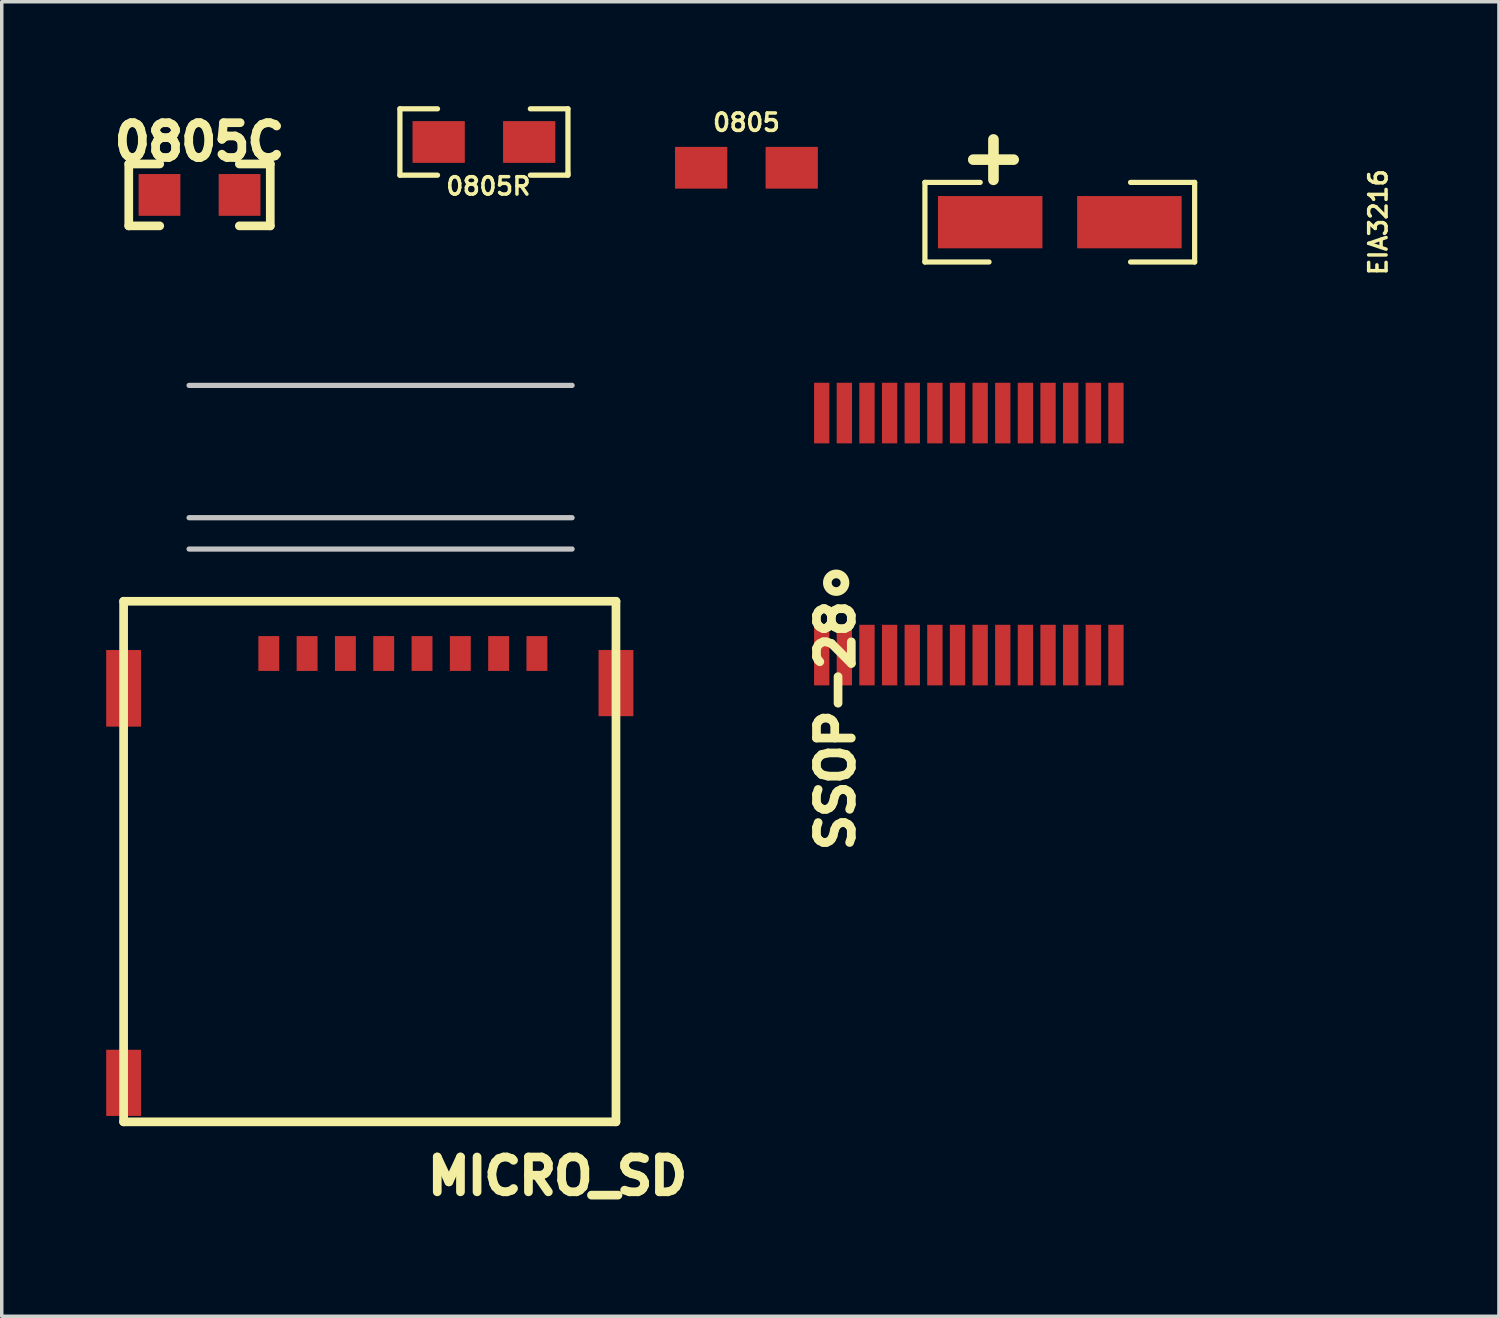
<source format=kicad_pcb>
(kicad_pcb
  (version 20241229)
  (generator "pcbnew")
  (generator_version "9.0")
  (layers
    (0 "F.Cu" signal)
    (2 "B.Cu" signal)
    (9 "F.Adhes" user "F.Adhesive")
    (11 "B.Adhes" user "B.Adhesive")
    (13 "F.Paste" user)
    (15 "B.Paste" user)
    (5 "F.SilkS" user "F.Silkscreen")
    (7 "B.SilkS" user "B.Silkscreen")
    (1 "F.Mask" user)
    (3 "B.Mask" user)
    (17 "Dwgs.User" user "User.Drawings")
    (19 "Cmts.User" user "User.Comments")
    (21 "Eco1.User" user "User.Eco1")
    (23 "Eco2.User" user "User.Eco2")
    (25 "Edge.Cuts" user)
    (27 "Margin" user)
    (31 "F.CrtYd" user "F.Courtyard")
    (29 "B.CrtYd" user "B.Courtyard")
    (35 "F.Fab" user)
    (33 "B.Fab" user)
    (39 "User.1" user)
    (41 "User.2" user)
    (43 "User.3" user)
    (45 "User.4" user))
  (footprint "0805R"
    (layer "F.Cu")
    (at 10.848 1.028)
    (property "Reference" "0805R" (at 0.127 1.27 180) (layer "F.SilkS") (effects (font (size 0.5 0.5) (thickness 0.1))))
    (attr smd)
    (fp_line (start -2.413 -0.953) (end -1.333 -0.953) (stroke (width 0.15) (type solid)) (layer "F.SilkS"))
    (fp_line (start -2.413 0.953) (end -2.413 -0.953) (stroke (width 0.15) (type solid)) (layer "F.SilkS"))
    (fp_line (start -2.413 0.953) (end -1.333 0.953) (stroke (width 0.15) (type solid)) (layer "F.SilkS"))
    (fp_line (start 1.333 -0.953) (end 2.413 -0.953) (stroke (width 0.15) (type solid)) (layer "F.SilkS"))
    (fp_line (start 2.413 -0.953) (end 2.413 0.889) (stroke (width 0.15) (type solid)) (layer "F.SilkS"))
    (fp_line (start 2.413 0.889) (end 2.413 0.953) (stroke (width 0.15) (type solid)) (layer "F.SilkS"))
    (fp_line (start 2.413 0.953) (end 1.333 0.953) (stroke (width 0.15) (type solid)) (layer "F.SilkS"))
    (pad "1" smd rect (at -1.3 0) (size 1.501 1.199) (layers "F.Cu" "F.Mask" "F.Paste"))
    (pad "2" smd rect (at 1.3 0) (size 1.501 1.199) (layers "F.Cu" "F.Mask" "F.Paste")))
  (footprint "EIA3216"
    (layer "F.Cu")
    (at 27.386 3.331)
    (property "Reference" "EIA3216" (at 9.144 0 90) (layer "F.SilkS") (effects (font (size 0.5 0.5) (thickness 0.1))))
    (attr smd)
    (fp_line (start -3.873 -1.143) (end -3.873 1.143) (stroke (width 0.15) (type solid)) (layer "F.SilkS"))
    (fp_line (start -3.873 -1.143) (end -2.286 -1.143) (stroke (width 0.15) (type solid)) (layer "F.SilkS"))
    (fp_line (start -3.873 1.143) (end -2.032 1.143) (stroke (width 0.15) (type solid)) (layer "F.SilkS"))
    (fp_line (start 2.032 -1.143) (end 3.873 -1.143) (stroke (width 0.15) (type solid)) (layer "F.SilkS"))
    (fp_line (start 3.873 -1.143) (end 3.873 1.143) (stroke (width 0.15) (type solid)) (layer "F.SilkS"))
    (fp_line (start 3.873 1.143) (end 2.032 1.143) (stroke (width 0.15) (type solid)) (layer "F.SilkS"))
    (fp_text user "+" (at -1.905 -1.905 0) (layer "F.SilkS") (effects (font (size 1.524 1.524) (thickness 0.305))))
    (pad "1" smd rect (at -1.999 0) (size 3 1.501) (layers "F.Cu" "F.Mask" "F.Paste"))
    (pad "2" smd rect (at 1.999 0) (size 3 1.501) (layers "F.Cu" "F.Mask" "F.Paste")))
  (footprint "MICRO_SD"
    (layer "F.Cu")
    (at 7.88 14.218)
    (property "Reference" "MICRO_SD" (at 5.08 16.51 0) (layer "F.SilkS") (effects (font (size 1 1) (thickness 0.25))))
    (attr through_hole)
    (fp_line (start -7.38 0) (end -7.38 14.95) (stroke (width 0.25) (type solid)) (layer "F.SilkS"))
    (fp_line (start -7.38 0) (end 6.76 0) (stroke (width 0.25) (type solid)) (layer "F.SilkS"))
    (fp_line (start -7.38 14.95) (end 6.76 14.95) (stroke (width 0.25) (type solid)) (layer "F.SilkS"))
    (fp_line (start 6.76 0) (end 6.76 14.95) (stroke (width 0.25) (type solid)) (layer "F.SilkS"))
    (fp_line (start -5.5 -6.2) (end 5.5 -6.2) (stroke (width 0.15) (type solid)) (layer "Dwgs.User"))
    (fp_line (start -5.5 -2.4) (end 5.5 -2.4) (stroke (width 0.15) (type solid)) (layer "Dwgs.User"))
    (fp_line (start -5.5 -1.5) (end 5.5 -1.5) (stroke (width 0.15) (type solid)) (layer "Dwgs.User"))
    (pad "1" smd rect (at -3.21 1.5) (size 0.6 1) (layers "F.Cu" "F.Mask" "F.Paste"))
    (pad "2" smd rect (at -2.11 1.5) (size 0.6 1) (layers "F.Cu" "F.Mask" "F.Paste"))
    (pad "3" smd rect (at -1.01 1.5) (size 0.6 1) (layers "F.Cu" "F.Mask" "F.Paste"))
    (pad "4" smd rect (at 0.09 1.5) (size 0.6 1) (layers "F.Cu" "F.Mask" "F.Paste"))
    (pad "5" smd rect (at 1.19 1.5) (size 0.6 1) (layers "F.Cu" "F.Mask" "F.Paste"))
    (pad "6" smd rect (at 2.29 1.5) (size 0.6 1) (layers "F.Cu" "F.Mask" "F.Paste"))
    (pad "7" smd rect (at 3.39 1.5) (size 0.6 1) (layers "F.Cu" "F.Mask" "F.Paste"))
    (pad "8" smd rect (at 4.49 1.5) (size 0.6 1) (layers "F.Cu" "F.Mask" "F.Paste"))
    (pad "SHLD" smd rect (at -7.38 2.5) (size 1 2.2) (layers "F.Cu" "F.Mask" "F.Paste"))
    (pad "SHLD" smd rect (at -7.38 13.83) (size 1 1.9) (layers "F.Cu" "F.Mask" "F.Paste"))
    (pad "SHLD" smd rect (at 6.76 2.35) (size 1 1.9) (layers "F.Cu" "F.Mask" "F.Paste")))
  (footprint "SSOP-28"
    (layer "F.Cu")
    (at 24.774 12.288)
    (property "Reference" "SSOP-28" (at -3.825 5.5 270) (layer "F.SilkS") (effects (font (size 1 1) (thickness 0.25))))
    (attr smd)
    (fp_circle (center -3.81 1.397) (end -3.556 1.397) (stroke (width 0.25) (type solid)) (fill no) (layer "F.SilkS"))
    (pad "1" smd rect (at -4.225 3.475) (size 0.44 1.74) (layers "F.Cu" "F.Mask" "F.Paste"))
    (pad "2" smd rect (at -3.575 3.475) (size 0.44 1.74) (layers "F.Cu" "F.Mask" "F.Paste"))
    (pad "3" smd rect (at -2.925 3.475) (size 0.44 1.74) (layers "F.Cu" "F.Mask" "F.Paste"))
    (pad "4" smd rect (at -2.275 3.475) (size 0.44 1.74) (layers "F.Cu" "F.Mask" "F.Paste"))
    (pad "5" smd rect (at -1.625 3.475) (size 0.44 1.74) (layers "F.Cu" "F.Mask" "F.Paste"))
    (pad "6" smd rect (at -0.975 3.475) (size 0.44 1.74) (layers "F.Cu" "F.Mask" "F.Paste"))
    (pad "7" smd rect (at -0.325 3.475) (size 0.44 1.74) (layers "F.Cu" "F.Mask" "F.Paste"))
    (pad "8" smd rect (at 0.325 3.475) (size 0.44 1.74) (layers "F.Cu" "F.Mask" "F.Paste"))
    (pad "9" smd rect (at 0.975 3.475) (size 0.44 1.74) (layers "F.Cu" "F.Mask" "F.Paste"))
    (pad "10" smd rect (at 1.625 3.475) (size 0.44 1.74) (layers "F.Cu" "F.Mask" "F.Paste"))
    (pad "11" smd rect (at 2.275 3.475) (size 0.44 1.74) (layers "F.Cu" "F.Mask" "F.Paste"))
    (pad "12" smd rect (at 2.925 3.475) (size 0.44 1.74) (layers "F.Cu" "F.Mask" "F.Paste"))
    (pad "13" smd rect (at 3.575 3.475) (size 0.44 1.74) (layers "F.Cu" "F.Mask" "F.Paste"))
    (pad "14" smd rect (at 4.225 3.475) (size 0.44 1.74) (layers "F.Cu" "F.Mask" "F.Paste"))
    (pad "15" smd rect (at 4.225 -3.475) (size 0.44 1.74) (layers "F.Cu" "F.Mask" "F.Paste"))
    (pad "16" smd rect (at 3.575 -3.475) (size 0.44 1.74) (layers "F.Cu" "F.Mask" "F.Paste"))
    (pad "17" smd rect (at 2.925 -3.475) (size 0.44 1.74) (layers "F.Cu" "F.Mask" "F.Paste"))
    (pad "18" smd rect (at 2.275 -3.475) (size 0.44 1.74) (layers "F.Cu" "F.Mask" "F.Paste"))
    (pad "19" smd rect (at 1.625 -3.475) (size 0.44 1.74) (layers "F.Cu" "F.Mask" "F.Paste"))
    (pad "20" smd rect (at 0.975 -3.475) (size 0.44 1.74) (layers "F.Cu" "F.Mask" "F.Paste"))
    (pad "21" smd rect (at 0.325 -3.475) (size 0.44 1.74) (layers "F.Cu" "F.Mask" "F.Paste"))
    (pad "22" smd rect (at -0.325 -3.475) (size 0.44 1.74) (layers "F.Cu" "F.Mask" "F.Paste"))
    (pad "23" smd rect (at -0.975 -3.475) (size 0.44 1.74) (layers "F.Cu" "F.Mask" "F.Paste"))
    (pad "24" smd rect (at -1.625 -3.475) (size 0.44 1.74) (layers "F.Cu" "F.Mask" "F.Paste"))
    (pad "25" smd rect (at -2.275 -3.475) (size 0.44 1.74) (layers "F.Cu" "F.Mask" "F.Paste"))
    (pad "26" smd rect (at -2.925 -3.475) (size 0.44 1.74) (layers "F.Cu" "F.Mask" "F.Paste"))
    (pad "27" smd rect (at -3.575 -3.475) (size 0.44 1.74) (layers "F.Cu" "F.Mask" "F.Paste"))
    (pad "28" smd rect (at -4.225 -3.475) (size 0.44 1.74) (layers "F.Cu" "F.Mask" "F.Paste")))
  (footprint "0805C"
    (layer "F.Cu")
    (at 2.68 2.548)
    (property "Reference" "0805C" (at 0 -1.524 0) (layer "F.SilkS") (effects (font (size 1 1) (thickness 0.25))))
    (attr smd)
    (fp_line (start -2.032 -0.889) (end -2.032 0.889) (stroke (width 0.25) (type solid)) (layer "F.SilkS"))
    (fp_line (start -2.032 0.889) (end -1.143 0.889) (stroke (width 0.25) (type solid)) (layer "F.SilkS"))
    (fp_line (start -1.143 -0.889) (end -2.032 -0.889) (stroke (width 0.25) (type solid)) (layer "F.SilkS"))
    (fp_line (start 1.143 -0.889) (end 2.032 -0.889) (stroke (width 0.25) (type solid)) (layer "F.SilkS"))
    (fp_line (start 1.143 0.889) (end 2.032 0.889) (stroke (width 0.25) (type solid)) (layer "F.SilkS"))
    (fp_line (start 2.032 0.889) (end 2.032 -0.889) (stroke (width 0.25) (type solid)) (layer "F.SilkS"))
    (pad "1" smd rect (at -1.15 0) (size 1.2 1.2) (layers "F.Cu" "F.Mask" "F.Paste"))
    (pad "2" smd rect (at 1.15 0) (size 1.2 1.2) (layers "F.Cu" "F.Mask" "F.Paste")))
  (footprint "0805"
    (layer "F.Cu")
    (at 18.387 1.768)
    (property "Reference" "0805" (at 0 -1.3 0) (layer "F.SilkS") (effects (font (size 0.5 0.5) (thickness 0.1))))
    (attr smd)
    (pad "1" smd rect (at -1.3 0) (size 1.501 1.199) (layers "F.Cu" "F.Mask" "F.Paste"))
    (pad "2" smd rect (at 1.3 0) (size 1.501 1.199) (layers "F.Cu" "F.Mask" "F.Paste")))
  (gr_rect
    (start -3 -3)
    (end 39.998 34.752)
    (stroke (width 0.1) (type default))
    (fill no)
    (layer "Edge.Cuts")))
</source>
